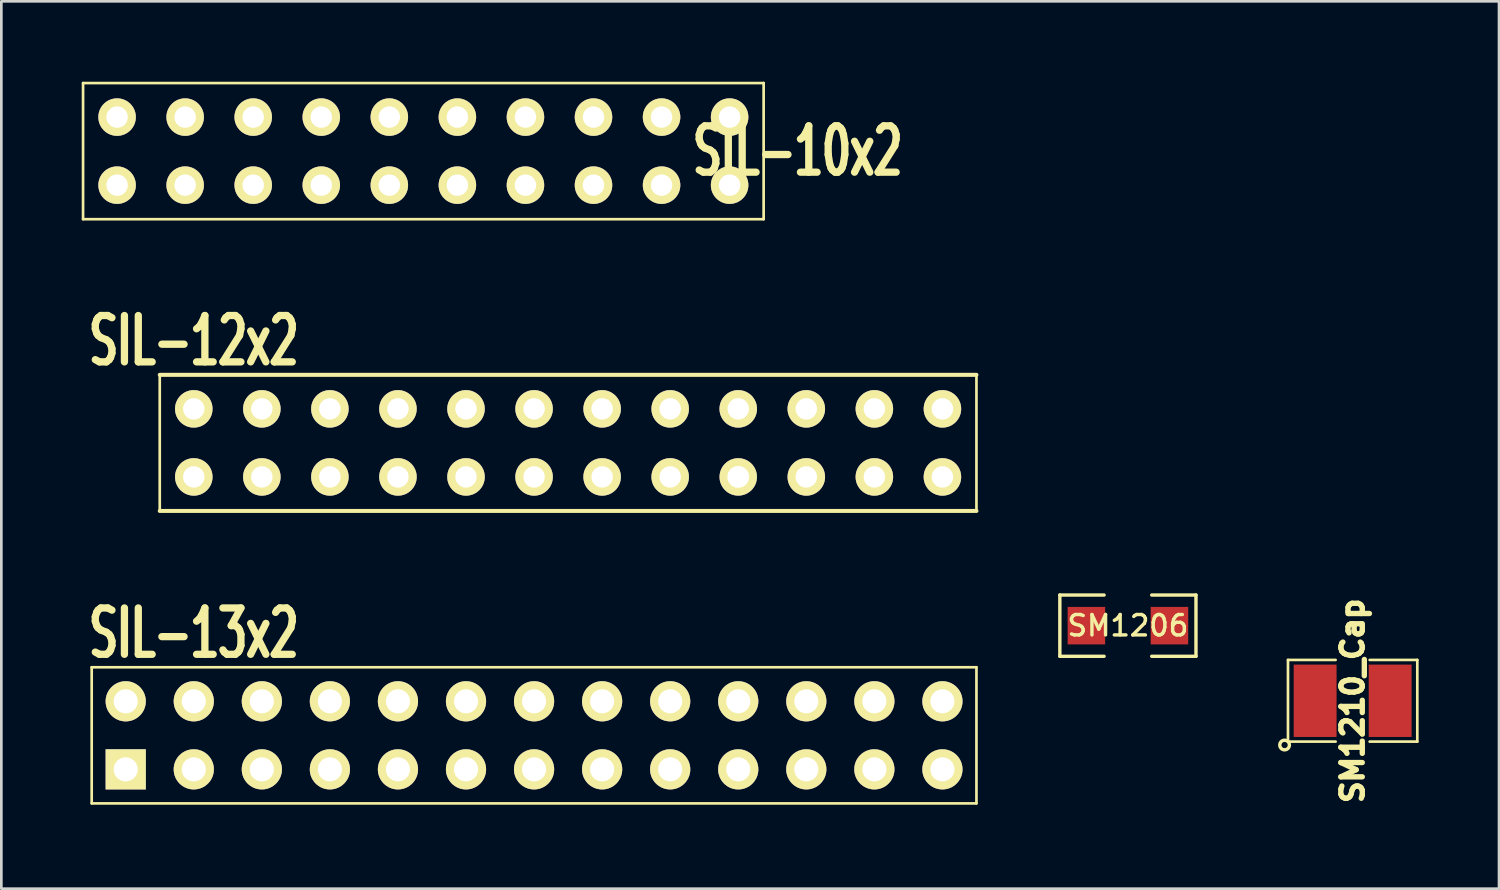
<source format=kicad_pcb>
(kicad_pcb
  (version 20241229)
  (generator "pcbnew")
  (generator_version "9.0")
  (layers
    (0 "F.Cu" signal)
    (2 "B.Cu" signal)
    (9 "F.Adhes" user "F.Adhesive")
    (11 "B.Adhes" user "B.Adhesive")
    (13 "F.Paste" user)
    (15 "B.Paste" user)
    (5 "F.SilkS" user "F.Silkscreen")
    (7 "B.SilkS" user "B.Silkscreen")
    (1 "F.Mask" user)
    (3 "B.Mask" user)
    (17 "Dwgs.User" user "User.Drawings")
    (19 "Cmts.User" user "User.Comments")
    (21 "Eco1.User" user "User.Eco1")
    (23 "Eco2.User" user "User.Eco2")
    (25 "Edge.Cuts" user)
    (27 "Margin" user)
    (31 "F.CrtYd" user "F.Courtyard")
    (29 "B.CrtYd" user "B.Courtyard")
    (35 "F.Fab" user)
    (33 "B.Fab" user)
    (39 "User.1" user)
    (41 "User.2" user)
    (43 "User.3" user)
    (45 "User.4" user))
  (footprint "SIL-10x2"
    (layer "F.Cu")
    (at 11.48 2.59)
    (property "Reference" "SIL-10x2" (at 15.24 0 0) (layer "F.SilkS") (effects (font (size 1.73 1.087) (thickness 0.272))))
    (attr through_hole)
    (fp_line (start -11.43 2.54) (end -11.43 -2.54) (stroke (width 0.1) (type solid)) (layer "F.SilkS"))
    (fp_line (start -11.43 2.54) (end 13.97 2.54) (stroke (width 0.1) (type solid)) (layer "F.SilkS"))
    (fp_line (start 13.97 -2.54) (end -11.43 -2.54) (stroke (width 0.1) (type solid)) (layer "F.SilkS"))
    (fp_line (start 13.97 -2.54) (end 13.97 2.54) (stroke (width 0.1) (type solid)) (layer "F.SilkS"))
    (pad "1" thru_hole circle (at -10.16 1.27) (size 1.4 1.4) (drill 0.8) (layers "*.Cu" "*.Mask" "F.SilkS"))
    (pad "2" thru_hole circle (at -10.16 -1.27) (size 1.4 1.4) (drill 0.8) (layers "*.Cu" "*.Mask" "F.SilkS"))
    (pad "3" thru_hole circle (at -7.62 1.27) (size 1.4 1.4) (drill 0.8) (layers "*.Cu" "*.Mask" "F.SilkS"))
    (pad "4" thru_hole circle (at -7.62 -1.27) (size 1.4 1.4) (drill 0.8) (layers "*.Cu" "*.Mask" "F.SilkS"))
    (pad "5" thru_hole circle (at -5.08 1.27) (size 1.4 1.4) (drill 0.8) (layers "*.Cu" "*.Mask" "F.SilkS"))
    (pad "6" thru_hole circle (at -5.08 -1.27) (size 1.4 1.4) (drill 0.8) (layers "*.Cu" "*.Mask" "F.SilkS"))
    (pad "7" thru_hole circle (at -2.54 1.27) (size 1.4 1.4) (drill 0.8) (layers "*.Cu" "*.Mask" "F.SilkS"))
    (pad "8" thru_hole circle (at -2.54 -1.27) (size 1.4 1.4) (drill 0.8) (layers "*.Cu" "*.Mask" "F.SilkS"))
    (pad "9" thru_hole circle (at 0 1.27) (size 1.4 1.4) (drill 0.8) (layers "*.Cu" "*.Mask" "F.SilkS"))
    (pad "10" thru_hole circle (at 0 -1.27) (size 1.4 1.4) (drill 0.8) (layers "*.Cu" "*.Mask" "F.SilkS"))
    (pad "11" thru_hole circle (at 2.54 1.27) (size 1.4 1.4) (drill 0.8) (layers "*.Cu" "*.Mask" "F.SilkS"))
    (pad "12" thru_hole circle (at 2.54 -1.27) (size 1.4 1.4) (drill 0.8) (layers "*.Cu" "*.Mask" "F.SilkS"))
    (pad "13" thru_hole circle (at 5.08 1.27) (size 1.4 1.4) (drill 0.8) (layers "*.Cu" "*.Mask" "F.SilkS"))
    (pad "14" thru_hole circle (at 5.08 -1.27) (size 1.4 1.4) (drill 0.8) (layers "*.Cu" "*.Mask" "F.SilkS"))
    (pad "15" thru_hole circle (at 7.62 1.27) (size 1.4 1.4) (drill 0.8) (layers "*.Cu" "*.Mask" "F.SilkS"))
    (pad "16" thru_hole circle (at 7.62 -1.27) (size 1.4 1.4) (drill 0.8) (layers "*.Cu" "*.Mask" "F.SilkS"))
    (pad "17" thru_hole circle (at 10.16 1.27) (size 1.4 1.4) (drill 0.8) (layers "*.Cu" "*.Mask" "F.SilkS"))
    (pad "18" thru_hole circle (at 10.16 -1.27) (size 1.4 1.4) (drill 0.8) (layers "*.Cu" "*.Mask" "F.SilkS"))
    (pad "19" thru_hole circle (at 12.7 1.27) (size 1.4 1.4) (drill 0.8) (layers "*.Cu" "*.Mask" "F.SilkS"))
    (pad "20" thru_hole circle (at 12.7 -1.27) (size 1.4 1.4) (drill 0.8) (layers "*.Cu" "*.Mask" "F.SilkS")))
  (footprint "SM1206"
    (layer "F.Cu")
    (at 39.045 20.3)
    (property "Reference" "SM1206" (at 0 0 0) (layer "F.SilkS") (effects (font (size 0.762 0.762) (thickness 0.127))))
    (attr smd)
    (fp_line (start -2.54 -1.143) (end -2.54 1.143) (stroke (width 0.127) (type solid)) (layer "F.SilkS"))
    (fp_line (start -2.54 1.143) (end -0.889 1.143) (stroke (width 0.127) (type solid)) (layer "F.SilkS"))
    (fp_line (start -0.889 -1.143) (end -2.54 -1.143) (stroke (width 0.127) (type solid)) (layer "F.SilkS"))
    (fp_line (start 0.889 -1.143) (end 2.54 -1.143) (stroke (width 0.127) (type solid)) (layer "F.SilkS"))
    (fp_line (start 2.54 -1.143) (end 2.54 1.143) (stroke (width 0.127) (type solid)) (layer "F.SilkS"))
    (fp_line (start 2.54 1.143) (end 0.889 1.143) (stroke (width 0.127) (type solid)) (layer "F.SilkS"))
    (pad "1" smd rect (at -1.55 0) (size 1.4 1.4) (layers "F.Cu" "F.Mask" "F.Paste"))
    (pad "2" smd rect (at 1.55 0) (size 1.4 1.4) (layers "F.Cu" "F.Mask" "F.Paste")))
  (footprint "SIL-13x2"
    (layer "F.Cu")
    (at 11.802 25.663)
    (property "Reference" "SIL-13x2" (at -7.62 -5.08 0) (layer "F.SilkS") (effects (font (size 1.73 1.087) (thickness 0.272))))
    (attr through_hole)
    (fp_line (start -11.43 -3.81) (end 21.59 -3.81) (stroke (width 0.1) (type solid)) (layer "F.SilkS"))
    (fp_line (start -11.43 1.27) (end -11.43 -3.81) (stroke (width 0.1) (type solid)) (layer "F.SilkS"))
    (fp_line (start -11.43 1.27) (end 21.59 1.27) (stroke (width 0.1) (type solid)) (layer "F.SilkS"))
    (fp_line (start 21.59 -3.81) (end 21.59 1.27) (stroke (width 0.1) (type solid)) (layer "F.SilkS"))
    (pad "1" thru_hole rect (at -10.16 0) (size 1.5 1.5) (drill 0.9) (layers "*.Cu" "*.Mask" "F.SilkS"))
    (pad "2" thru_hole circle (at -10.16 -2.54) (size 1.5 1.5) (drill 0.9) (layers "*.Cu" "*.Mask" "F.SilkS"))
    (pad "3" thru_hole circle (at -7.62 0) (size 1.5 1.5) (drill 0.9) (layers "*.Cu" "*.Mask" "F.SilkS"))
    (pad "4" thru_hole circle (at -7.62 -2.54) (size 1.5 1.5) (drill 0.9) (layers "*.Cu" "*.Mask" "F.SilkS"))
    (pad "5" thru_hole circle (at -5.08 0) (size 1.5 1.5) (drill 0.9) (layers "*.Cu" "*.Mask" "F.SilkS"))
    (pad "6" thru_hole circle (at -5.08 -2.54) (size 1.5 1.5) (drill 0.9) (layers "*.Cu" "*.Mask" "F.SilkS"))
    (pad "7" thru_hole circle (at -2.54 0) (size 1.5 1.5) (drill 0.9) (layers "*.Cu" "*.Mask" "F.SilkS"))
    (pad "8" thru_hole circle (at -2.54 -2.54) (size 1.5 1.5) (drill 0.9) (layers "*.Cu" "*.Mask" "F.SilkS"))
    (pad "9" thru_hole circle (at 0 0) (size 1.5 1.5) (drill 0.9) (layers "*.Cu" "*.Mask" "F.SilkS"))
    (pad "10" thru_hole circle (at 0 -2.54) (size 1.5 1.5) (drill 0.9) (layers "*.Cu" "*.Mask" "F.SilkS"))
    (pad "11" thru_hole circle (at 2.54 0) (size 1.5 1.5) (drill 0.9) (layers "*.Cu" "*.Mask" "F.SilkS"))
    (pad "12" thru_hole circle (at 2.54 -2.54) (size 1.5 1.5) (drill 0.9) (layers "*.Cu" "*.Mask" "F.SilkS"))
    (pad "13" thru_hole circle (at 5.08 0) (size 1.5 1.5) (drill 0.9) (layers "*.Cu" "*.Mask" "F.SilkS"))
    (pad "14" thru_hole circle (at 5.08 -2.54) (size 1.5 1.5) (drill 0.9) (layers "*.Cu" "*.Mask" "F.SilkS"))
    (pad "15" thru_hole circle (at 7.62 0) (size 1.5 1.5) (drill 0.9) (layers "*.Cu" "*.Mask" "F.SilkS"))
    (pad "16" thru_hole circle (at 7.62 -2.54) (size 1.5 1.5) (drill 0.9) (layers "*.Cu" "*.Mask" "F.SilkS"))
    (pad "17" thru_hole circle (at 10.16 0) (size 1.5 1.5) (drill 0.9) (layers "*.Cu" "*.Mask" "F.SilkS"))
    (pad "18" thru_hole circle (at 10.16 -2.54) (size 1.5 1.5) (drill 0.9) (layers "*.Cu" "*.Mask" "F.SilkS"))
    (pad "19" thru_hole circle (at 12.7 0) (size 1.5 1.5) (drill 0.9) (layers "*.Cu" "*.Mask" "F.SilkS"))
    (pad "20" thru_hole circle (at 12.7 -2.54) (size 1.5 1.5) (drill 0.9) (layers "*.Cu" "*.Mask" "F.SilkS"))
    (pad "21" thru_hole circle (at 15.24 0) (size 1.5 1.5) (drill 0.9) (layers "*.Cu" "*.Mask" "F.SilkS"))
    (pad "22" thru_hole circle (at 15.24 -2.54) (size 1.5 1.5) (drill 0.9) (layers "*.Cu" "*.Mask" "F.SilkS"))
    (pad "23" thru_hole circle (at 17.78 0) (size 1.5 1.5) (drill 0.9) (layers "*.Cu" "*.Mask" "F.SilkS"))
    (pad "24" thru_hole circle (at 17.78 -2.54) (size 1.5 1.5) (drill 0.9) (layers "*.Cu" "*.Mask" "F.SilkS"))
    (pad "25" thru_hole circle (at 20.32 0) (size 1.5 1.5) (drill 0.9) (layers "*.Cu" "*.Mask" "F.SilkS"))
    (pad "26" thru_hole circle (at 20.32 -2.54) (size 1.5 1.5) (drill 0.9) (layers "*.Cu" "*.Mask" "F.SilkS")))
  (footprint "SIL-12x2"
    (layer "F.Cu")
    (at 14.342 13.479)
    (property "Reference" "SIL-12x2" (at -10.16 -3.81 0) (layer "F.SilkS") (effects (font (size 1.73 1.087) (thickness 0.272))))
    (attr through_hole)
    (fp_line (start -11.43 2.54) (end -11.43 -2.54) (stroke (width 0.1) (type solid)) (layer "F.SilkS"))
    (fp_line (start -11.43 2.54) (end 19.05 2.54) (stroke (width 0.15) (type solid)) (layer "F.SilkS"))
    (fp_line (start 19.05 -2.54) (end -11.43 -2.54) (stroke (width 0.15) (type solid)) (layer "F.SilkS"))
    (fp_line (start 19.05 2.54) (end 19.05 -2.54) (stroke (width 0.1) (type solid)) (layer "F.SilkS"))
    (pad "1" thru_hole circle (at -10.16 1.27) (size 1.4 1.4) (drill 0.8) (layers "*.Cu" "*.Mask" "F.SilkS"))
    (pad "2" thru_hole circle (at -10.16 -1.27) (size 1.4 1.4) (drill 0.8) (layers "*.Cu" "*.Mask" "F.SilkS"))
    (pad "3" thru_hole circle (at -7.62 1.27) (size 1.4 1.4) (drill 0.8) (layers "*.Cu" "*.Mask" "F.SilkS"))
    (pad "4" thru_hole circle (at -7.62 -1.27) (size 1.4 1.4) (drill 0.8) (layers "*.Cu" "*.Mask" "F.SilkS"))
    (pad "5" thru_hole circle (at -5.08 1.27) (size 1.4 1.4) (drill 0.8) (layers "*.Cu" "*.Mask" "F.SilkS"))
    (pad "6" thru_hole circle (at -5.08 -1.27) (size 1.4 1.4) (drill 0.8) (layers "*.Cu" "*.Mask" "F.SilkS"))
    (pad "7" thru_hole circle (at -2.54 1.27) (size 1.4 1.4) (drill 0.8) (layers "*.Cu" "*.Mask" "F.SilkS"))
    (pad "8" thru_hole circle (at -2.54 -1.27) (size 1.4 1.4) (drill 0.8) (layers "*.Cu" "*.Mask" "F.SilkS"))
    (pad "9" thru_hole circle (at 0 1.27) (size 1.4 1.4) (drill 0.8) (layers "*.Cu" "*.Mask" "F.SilkS"))
    (pad "10" thru_hole circle (at 0 -1.27) (size 1.4 1.4) (drill 0.8) (layers "*.Cu" "*.Mask" "F.SilkS"))
    (pad "11" thru_hole circle (at 2.54 1.27) (size 1.4 1.4) (drill 0.8) (layers "*.Cu" "*.Mask" "F.SilkS"))
    (pad "12" thru_hole circle (at 2.54 -1.27) (size 1.4 1.4) (drill 0.8) (layers "*.Cu" "*.Mask" "F.SilkS"))
    (pad "13" thru_hole circle (at 5.08 1.27) (size 1.4 1.4) (drill 0.8) (layers "*.Cu" "*.Mask" "F.SilkS"))
    (pad "14" thru_hole circle (at 5.08 -1.27) (size 1.4 1.4) (drill 0.8) (layers "*.Cu" "*.Mask" "F.SilkS"))
    (pad "15" thru_hole circle (at 7.62 1.27) (size 1.4 1.4) (drill 0.8) (layers "*.Cu" "*.Mask" "F.SilkS"))
    (pad "16" thru_hole circle (at 7.62 -1.27) (size 1.4 1.4) (drill 0.8) (layers "*.Cu" "*.Mask" "F.SilkS"))
    (pad "17" thru_hole circle (at 10.16 1.27) (size 1.397 1.397) (drill 0.813) (layers "*.Cu" "*.Mask" "F.SilkS"))
    (pad "18" thru_hole circle (at 10.16 -1.27) (size 1.4 1.4) (drill 0.8) (layers "*.Cu" "*.Mask" "F.SilkS"))
    (pad "19" thru_hole circle (at 12.7 1.27) (size 1.4 1.4) (drill 0.8) (layers "*.Cu" "*.Mask" "F.SilkS"))
    (pad "20" thru_hole circle (at 12.7 -1.27) (size 1.4 1.4) (drill 0.8) (layers "*.Cu" "*.Mask" "F.SilkS"))
    (pad "21" thru_hole circle (at 15.24 1.27) (size 1.4 1.4) (drill 0.8) (layers "*.Cu" "*.Mask" "F.SilkS"))
    (pad "22" thru_hole circle (at 15.24 -1.27) (size 1.4 1.4) (drill 0.8) (layers "*.Cu" "*.Mask" "F.SilkS"))
    (pad "23" thru_hole circle (at 17.78 1.27) (size 1.4 1.4) (drill 0.8) (layers "*.Cu" "*.Mask" "F.SilkS"))
    (pad "24" thru_hole circle (at 17.78 -1.27) (size 1.4 1.4) (drill 0.8) (layers "*.Cu" "*.Mask" "F.SilkS")))
  (footprint "SM1210_Cap"
    (layer "F.Cu")
    (at 47.432 23.104)
    (property "Reference" "SM1210_Cap" (at 0 0 90) (layer "F.SilkS") (effects (font (size 0.8 0.8) (thickness 0.2))))
    (attr smd)
    (fp_line (start -2.413 -1.524) (end -0.635 -1.524) (stroke (width 0.1) (type solid)) (layer "F.SilkS"))
    (fp_line (start -2.413 1.524) (end -2.413 -1.524) (stroke (width 0.1) (type solid)) (layer "F.SilkS"))
    (fp_line (start -0.635 1.524) (end -2.413 1.524) (stroke (width 0.1) (type solid)) (layer "F.SilkS"))
    (fp_line (start 0.635 -1.524) (end 2.413 -1.524) (stroke (width 0.1) (type solid)) (layer "F.SilkS"))
    (fp_line (start 2.413 -1.524) (end 2.413 1.524) (stroke (width 0.1) (type solid)) (layer "F.SilkS"))
    (fp_line (start 2.413 1.524) (end 0.635 1.524) (stroke (width 0.1) (type solid)) (layer "F.SilkS"))
    (fp_circle (center -2.54 1.651) (end -2.413 1.524) (stroke (width 0.127) (type solid)) (fill no) (layer "F.SilkS"))
    (pad "1" smd rect (at -1.4 0) (size 1.6 2.7) (layers "F.Cu" "F.Mask" "F.Paste"))
    (pad "2" smd rect (at 1.4 0) (size 1.6 2.7) (layers "F.Cu" "F.Mask" "F.Paste")))
  (gr_rect
    (start -3 -3)
    (end 52.895 30.115)
    (stroke (width 0.1) (type default))
    (fill no)
    (layer "Edge.Cuts")))
</source>
